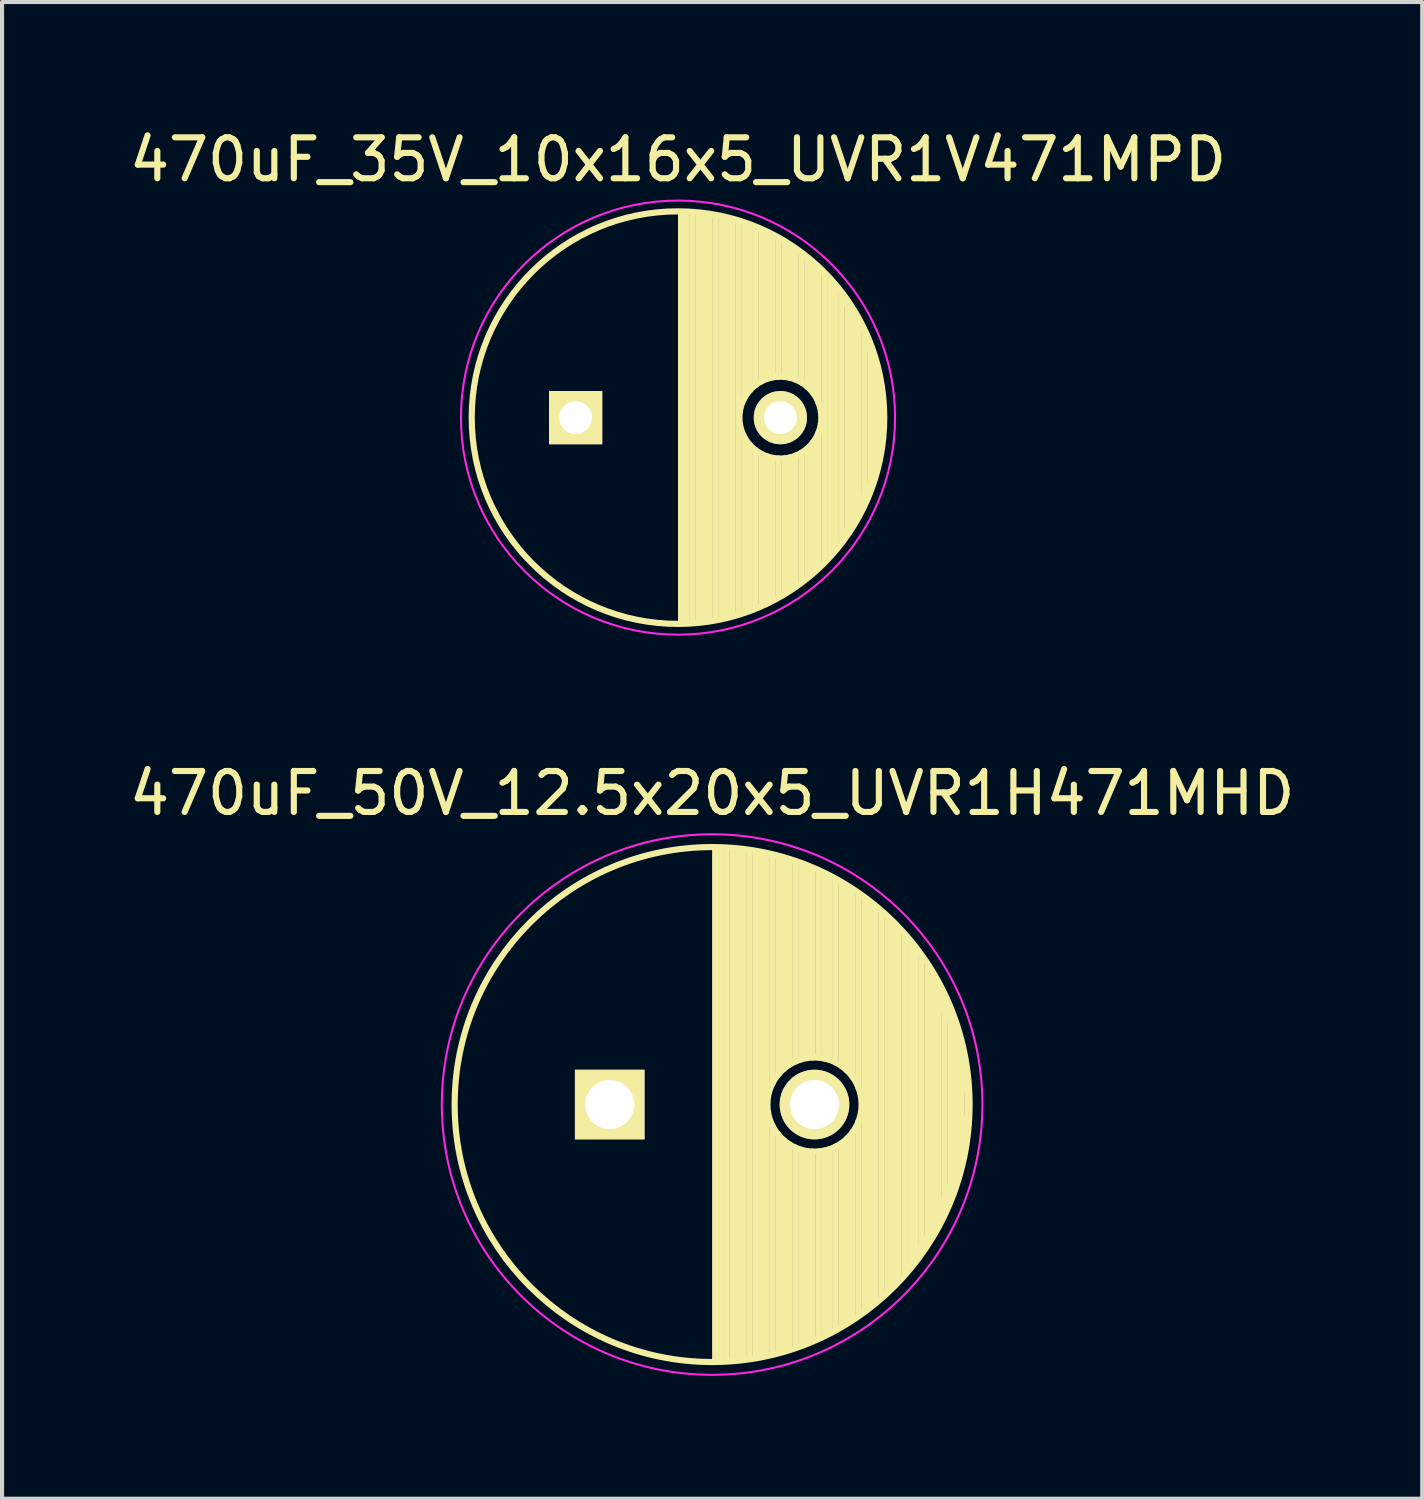
<source format=kicad_pcb>
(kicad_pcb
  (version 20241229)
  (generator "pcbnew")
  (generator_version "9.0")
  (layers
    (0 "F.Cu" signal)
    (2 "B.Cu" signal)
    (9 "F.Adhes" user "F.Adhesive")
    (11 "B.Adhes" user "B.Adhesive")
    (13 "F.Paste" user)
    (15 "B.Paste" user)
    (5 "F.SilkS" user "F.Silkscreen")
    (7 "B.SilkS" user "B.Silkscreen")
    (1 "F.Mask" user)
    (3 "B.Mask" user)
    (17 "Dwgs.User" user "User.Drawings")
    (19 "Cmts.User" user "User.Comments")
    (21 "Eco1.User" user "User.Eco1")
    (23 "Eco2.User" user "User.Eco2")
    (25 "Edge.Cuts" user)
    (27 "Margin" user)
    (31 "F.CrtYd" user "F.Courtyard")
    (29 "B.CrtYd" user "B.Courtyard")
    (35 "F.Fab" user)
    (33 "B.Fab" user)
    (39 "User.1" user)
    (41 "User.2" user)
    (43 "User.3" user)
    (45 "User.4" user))
  (footprint "470uF_50V_12.5x20x5_UVR1H471MHD"
    (layer "F.Cu")
    (at 11.839 23.922)
    (property "Reference" "470uF_50V_12.5x20x5_UVR1H471MHD" (at 2.5 -7.6 0) (layer "F.SilkS") (effects (font (size 1 1) (thickness 0.15))))
    (attr through_hole)
    (fp_line (start 2.575 -6.25) (end 2.575 6.25) (stroke (width 0.15) (type solid)) (layer "F.SilkS"))
    (fp_line (start 2.715 -6.246) (end 2.715 6.246) (stroke (width 0.15) (type solid)) (layer "F.SilkS"))
    (fp_line (start 2.855 -6.24) (end 2.855 6.24) (stroke (width 0.15) (type solid)) (layer "F.SilkS"))
    (fp_line (start 2.995 -6.23) (end 2.995 6.23) (stroke (width 0.15) (type solid)) (layer "F.SilkS"))
    (fp_line (start 3.135 -6.218) (end 3.135 6.218) (stroke (width 0.15) (type solid)) (layer "F.SilkS"))
    (fp_line (start 3.275 -6.202) (end 3.275 6.202) (stroke (width 0.15) (type solid)) (layer "F.SilkS"))
    (fp_line (start 3.415 -6.183) (end 3.415 6.183) (stroke (width 0.15) (type solid)) (layer "F.SilkS"))
    (fp_line (start 3.555 -6.16) (end 3.555 6.16) (stroke (width 0.15) (type solid)) (layer "F.SilkS"))
    (fp_line (start 3.695 -6.135) (end 3.695 6.135) (stroke (width 0.15) (type solid)) (layer "F.SilkS"))
    (fp_line (start 3.835 -6.106) (end 3.835 6.106) (stroke (width 0.15) (type solid)) (layer "F.SilkS"))
    (fp_line (start 3.975 -6.073) (end 3.975 -0.521) (stroke (width 0.15) (type solid)) (layer "F.SilkS"))
    (fp_line (start 3.975 0.521) (end 3.975 6.073) (stroke (width 0.15) (type solid)) (layer "F.SilkS"))
    (fp_line (start 4.115 -6.038) (end 4.115 -0.734) (stroke (width 0.15) (type solid)) (layer "F.SilkS"))
    (fp_line (start 4.115 0.734) (end 4.115 6.038) (stroke (width 0.15) (type solid)) (layer "F.SilkS"))
    (fp_line (start 4.255 -5.999) (end 4.255 -0.876) (stroke (width 0.15) (type solid)) (layer "F.SilkS"))
    (fp_line (start 4.255 0.876) (end 4.255 5.999) (stroke (width 0.15) (type solid)) (layer "F.SilkS"))
    (fp_line (start 4.395 -5.956) (end 4.395 -0.978) (stroke (width 0.15) (type solid)) (layer "F.SilkS"))
    (fp_line (start 4.395 0.978) (end 4.395 5.956) (stroke (width 0.15) (type solid)) (layer "F.SilkS"))
    (fp_line (start 4.535 -5.909) (end 4.535 -1.052) (stroke (width 0.15) (type solid)) (layer "F.SilkS"))
    (fp_line (start 4.535 1.052) (end 4.535 5.909) (stroke (width 0.15) (type solid)) (layer "F.SilkS"))
    (fp_line (start 4.675 -5.859) (end 4.675 -1.103) (stroke (width 0.15) (type solid)) (layer "F.SilkS"))
    (fp_line (start 4.675 1.103) (end 4.675 5.859) (stroke (width 0.15) (type solid)) (layer "F.SilkS"))
    (fp_line (start 4.815 -5.805) (end 4.815 -1.135) (stroke (width 0.15) (type solid)) (layer "F.SilkS"))
    (fp_line (start 4.815 1.135) (end 4.815 5.805) (stroke (width 0.15) (type solid)) (layer "F.SilkS"))
    (fp_line (start 4.955 -5.748) (end 4.955 -1.149) (stroke (width 0.15) (type solid)) (layer "F.SilkS"))
    (fp_line (start 4.955 1.149) (end 4.955 5.748) (stroke (width 0.15) (type solid)) (layer "F.SilkS"))
    (fp_line (start 5.095 -5.686) (end 5.095 -1.146) (stroke (width 0.15) (type solid)) (layer "F.SilkS"))
    (fp_line (start 5.095 1.146) (end 5.095 5.686) (stroke (width 0.15) (type solid)) (layer "F.SilkS"))
    (fp_line (start 5.235 -5.62) (end 5.235 -1.126) (stroke (width 0.15) (type solid)) (layer "F.SilkS"))
    (fp_line (start 5.235 1.126) (end 5.235 5.62) (stroke (width 0.15) (type solid)) (layer "F.SilkS"))
    (fp_line (start 5.375 -5.549) (end 5.375 -1.087) (stroke (width 0.15) (type solid)) (layer "F.SilkS"))
    (fp_line (start 5.375 1.087) (end 5.375 5.549) (stroke (width 0.15) (type solid)) (layer "F.SilkS"))
    (fp_line (start 5.515 -5.475) (end 5.515 -1.028) (stroke (width 0.15) (type solid)) (layer "F.SilkS"))
    (fp_line (start 5.515 1.028) (end 5.515 5.475) (stroke (width 0.15) (type solid)) (layer "F.SilkS"))
    (fp_line (start 5.655 -5.395) (end 5.655 -0.945) (stroke (width 0.15) (type solid)) (layer "F.SilkS"))
    (fp_line (start 5.655 0.945) (end 5.655 5.395) (stroke (width 0.15) (type solid)) (layer "F.SilkS"))
    (fp_line (start 5.795 -5.311) (end 5.795 -0.831) (stroke (width 0.15) (type solid)) (layer "F.SilkS"))
    (fp_line (start 5.795 0.831) (end 5.795 5.311) (stroke (width 0.15) (type solid)) (layer "F.SilkS"))
    (fp_line (start 5.935 -5.221) (end 5.935 -0.67) (stroke (width 0.15) (type solid)) (layer "F.SilkS"))
    (fp_line (start 5.935 0.67) (end 5.935 5.221) (stroke (width 0.15) (type solid)) (layer "F.SilkS"))
    (fp_line (start 6.075 -5.127) (end 6.075 -0.409) (stroke (width 0.15) (type solid)) (layer "F.SilkS"))
    (fp_line (start 6.075 0.409) (end 6.075 5.127) (stroke (width 0.15) (type solid)) (layer "F.SilkS"))
    (fp_line (start 6.215 -5.026) (end 6.215 5.026) (stroke (width 0.15) (type solid)) (layer "F.SilkS"))
    (fp_line (start 6.355 -4.919) (end 6.355 4.919) (stroke (width 0.15) (type solid)) (layer "F.SilkS"))
    (fp_line (start 6.495 -4.807) (end 6.495 4.807) (stroke (width 0.15) (type solid)) (layer "F.SilkS"))
    (fp_line (start 6.635 -4.687) (end 6.635 4.687) (stroke (width 0.15) (type solid)) (layer "F.SilkS"))
    (fp_line (start 6.775 -4.559) (end 6.775 4.559) (stroke (width 0.15) (type solid)) (layer "F.SilkS"))
    (fp_line (start 6.915 -4.424) (end 6.915 4.424) (stroke (width 0.15) (type solid)) (layer "F.SilkS"))
    (fp_line (start 7 -4.25) (end 7 4.25) (stroke (width 0.15) (type solid)) (layer "F.SilkS"))
    (fp_line (start 7.055 -4.28) (end 7.055 4.28) (stroke (width 0.15) (type solid)) (layer "F.SilkS"))
    (fp_line (start 7.195 -4.125) (end 7.195 4.125) (stroke (width 0.15) (type solid)) (layer "F.SilkS"))
    (fp_line (start 7.335 -3.96) (end 7.335 3.96) (stroke (width 0.15) (type solid)) (layer "F.SilkS"))
    (fp_line (start 7.475 -3.783) (end 7.475 3.783) (stroke (width 0.15) (type solid)) (layer "F.SilkS"))
    (fp_line (start 7.5 -3.75) (end 7.25 -4) (stroke (width 0.15) (type solid)) (layer "F.SilkS"))
    (fp_line (start 7.5 3.5) (end 7.25 4) (stroke (width 0.15) (type solid)) (layer "F.SilkS"))
    (fp_line (start 7.615 -3.592) (end 7.615 3.592) (stroke (width 0.15) (type solid)) (layer "F.SilkS"))
    (fp_line (start 7.75 3.25) (end 7.5 3.75) (stroke (width 0.15) (type solid)) (layer "F.SilkS"))
    (fp_line (start 7.755 -3.383) (end 7.755 3.383) (stroke (width 0.15) (type solid)) (layer "F.SilkS"))
    (fp_line (start 7.895 -3.155) (end 7.895 3.155) (stroke (width 0.15) (type solid)) (layer "F.SilkS"))
    (fp_line (start 8.035 -2.903) (end 8.035 2.903) (stroke (width 0.15) (type solid)) (layer "F.SilkS"))
    (fp_line (start 8.175 -2.619) (end 8.175 2.619) (stroke (width 0.15) (type solid)) (layer "F.SilkS"))
    (fp_line (start 8.25 -2.25) (end 8 -3) (stroke (width 0.15) (type solid)) (layer "F.SilkS"))
    (fp_line (start 8.25 2) (end 8 3) (stroke (width 0.15) (type solid)) (layer "F.SilkS"))
    (fp_line (start 8.25 2.25) (end 7.75 3.25) (stroke (width 0.15) (type solid)) (layer "F.SilkS"))
    (fp_line (start 8.315 -2.291) (end 8.315 2.291) (stroke (width 0.15) (type solid)) (layer "F.SilkS"))
    (fp_line (start 8.455 -1.897) (end 8.455 1.897) (stroke (width 0.15) (type solid)) (layer "F.SilkS"))
    (fp_line (start 8.5 -1.75) (end 8 -2.5) (stroke (width 0.15) (type solid)) (layer "F.SilkS"))
    (fp_line (start 8.5 -1.5) (end 8.75 -0.25) (stroke (width 0.15) (type solid)) (layer "F.SilkS"))
    (fp_line (start 8.5 1.75) (end 8.25 2.25) (stroke (width 0.15) (type solid)) (layer "F.SilkS"))
    (fp_line (start 8.595 -1.383) (end 8.595 1.383) (stroke (width 0.15) (type solid)) (layer "F.SilkS"))
    (fp_line (start 8.735 -0.433) (end 8.735 0.433) (stroke (width 0.15) (type solid)) (layer "F.SilkS"))
    (fp_line (start 8.75 0.25) (end 8.5 0.75) (stroke (width 0.15) (type solid)) (layer "F.SilkS"))
    (fp_line (start 8.75 0.5) (end 8.5 1.5) (stroke (width 0.15) (type solid)) (layer "F.SilkS"))
    (fp_circle (center 2.5 0) (end 2.5 -6.287) (stroke (width 0.15) (type solid)) (fill no) (layer "F.SilkS"))
    (fp_circle (center 5 0) (end 5 -1.15) (stroke (width 0.15) (type solid)) (fill no) (layer "F.SilkS"))
    (fp_circle (center 2.5 0) (end 2.5 -6.6) (stroke (width 0.05) (type solid)) (fill no) (layer "F.CrtYd"))
    (pad "1" thru_hole rect (at 0 0) (size 1.7 1.7) (drill 1.2) (layers "*.Cu" "*.Mask" "F.SilkS"))
    (pad "2" thru_hole circle (at 5 0) (size 1.7 1.7) (drill 1.2) (layers "*.Cu" "*.Mask" "F.SilkS")))
  (footprint "470uF_35V_10x16x5_UVR1V471MPD"
    (layer "F.Cu")
    (at 13.506 7.148)
    (property "Reference" "470uF_35V_10x16x5_UVR1V471MPD" (at 0 -6.3 0) (layer "F.SilkS") (effects (font (size 1 1) (thickness 0.15))))
    (attr through_hole)
    (fp_line (start 0.075 -4.999) (end 0.075 4.999) (stroke (width 0.15) (type solid)) (layer "F.SilkS"))
    (fp_line (start 0.215 -4.995) (end 0.215 4.995) (stroke (width 0.15) (type solid)) (layer "F.SilkS"))
    (fp_line (start 0.355 -4.987) (end 0.355 4.987) (stroke (width 0.15) (type solid)) (layer "F.SilkS"))
    (fp_line (start 0.495 -4.975) (end 0.495 4.975) (stroke (width 0.15) (type solid)) (layer "F.SilkS"))
    (fp_line (start 0.635 -4.96) (end 0.635 4.96) (stroke (width 0.15) (type solid)) (layer "F.SilkS"))
    (fp_line (start 0.775 -4.94) (end 0.775 4.94) (stroke (width 0.15) (type solid)) (layer "F.SilkS"))
    (fp_line (start 0.915 -4.916) (end 0.915 4.916) (stroke (width 0.15) (type solid)) (layer "F.SilkS"))
    (fp_line (start 1.055 -4.887) (end 1.055 4.887) (stroke (width 0.15) (type solid)) (layer "F.SilkS"))
    (fp_line (start 1.195 -4.855) (end 1.195 4.855) (stroke (width 0.15) (type solid)) (layer "F.SilkS"))
    (fp_line (start 1.335 -4.818) (end 1.335 4.818) (stroke (width 0.15) (type solid)) (layer "F.SilkS"))
    (fp_line (start 1.475 -4.777) (end 1.475 4.777) (stroke (width 0.15) (type solid)) (layer "F.SilkS"))
    (fp_line (start 1.615 -4.732) (end 1.615 -0.466) (stroke (width 0.15) (type solid)) (layer "F.SilkS"))
    (fp_line (start 1.615 0.466) (end 1.615 4.732) (stroke (width 0.15) (type solid)) (layer "F.SilkS"))
    (fp_line (start 1.755 -4.682) (end 1.755 -0.667) (stroke (width 0.15) (type solid)) (layer "F.SilkS"))
    (fp_line (start 1.755 0.667) (end 1.755 4.682) (stroke (width 0.15) (type solid)) (layer "F.SilkS"))
    (fp_line (start 1.895 -4.627) (end 1.895 -0.796) (stroke (width 0.15) (type solid)) (layer "F.SilkS"))
    (fp_line (start 1.895 0.796) (end 1.895 4.627) (stroke (width 0.15) (type solid)) (layer "F.SilkS"))
    (fp_line (start 2.035 -4.567) (end 2.035 -0.885) (stroke (width 0.15) (type solid)) (layer "F.SilkS"))
    (fp_line (start 2.035 0.885) (end 2.035 4.567) (stroke (width 0.15) (type solid)) (layer "F.SilkS"))
    (fp_line (start 2.175 -4.502) (end 2.175 -0.946) (stroke (width 0.15) (type solid)) (layer "F.SilkS"))
    (fp_line (start 2.175 0.946) (end 2.175 4.502) (stroke (width 0.15) (type solid)) (layer "F.SilkS"))
    (fp_line (start 2.315 -4.432) (end 2.315 -0.983) (stroke (width 0.15) (type solid)) (layer "F.SilkS"))
    (fp_line (start 2.315 0.983) (end 2.315 4.432) (stroke (width 0.15) (type solid)) (layer "F.SilkS"))
    (fp_line (start 2.455 -4.356) (end 2.455 -0.999) (stroke (width 0.15) (type solid)) (layer "F.SilkS"))
    (fp_line (start 2.455 0.999) (end 2.455 4.356) (stroke (width 0.15) (type solid)) (layer "F.SilkS"))
    (fp_line (start 2.595 -4.274) (end 2.595 -0.995) (stroke (width 0.15) (type solid)) (layer "F.SilkS"))
    (fp_line (start 2.595 0.995) (end 2.595 4.274) (stroke (width 0.15) (type solid)) (layer "F.SilkS"))
    (fp_line (start 2.735 -4.186) (end 2.735 -0.972) (stroke (width 0.15) (type solid)) (layer "F.SilkS"))
    (fp_line (start 2.735 0.972) (end 2.735 4.186) (stroke (width 0.15) (type solid)) (layer "F.SilkS"))
    (fp_line (start 2.875 -4.091) (end 2.875 -0.927) (stroke (width 0.15) (type solid)) (layer "F.SilkS"))
    (fp_line (start 2.875 0.927) (end 2.875 4.091) (stroke (width 0.15) (type solid)) (layer "F.SilkS"))
    (fp_line (start 3.015 -3.989) (end 3.015 -0.857) (stroke (width 0.15) (type solid)) (layer "F.SilkS"))
    (fp_line (start 3.015 0.857) (end 3.015 3.989) (stroke (width 0.15) (type solid)) (layer "F.SilkS"))
    (fp_line (start 3.155 -3.879) (end 3.155 -0.756) (stroke (width 0.15) (type solid)) (layer "F.SilkS"))
    (fp_line (start 3.155 0.756) (end 3.155 3.879) (stroke (width 0.15) (type solid)) (layer "F.SilkS"))
    (fp_line (start 3.295 -3.761) (end 3.295 -0.607) (stroke (width 0.15) (type solid)) (layer "F.SilkS"))
    (fp_line (start 3.295 0.607) (end 3.295 3.761) (stroke (width 0.15) (type solid)) (layer "F.SilkS"))
    (fp_line (start 3.435 -3.633) (end 3.435 -0.355) (stroke (width 0.15) (type solid)) (layer "F.SilkS"))
    (fp_line (start 3.435 0.355) (end 3.435 3.633) (stroke (width 0.15) (type solid)) (layer "F.SilkS"))
    (fp_line (start 3.575 -3.496) (end 3.575 3.496) (stroke (width 0.15) (type solid)) (layer "F.SilkS"))
    (fp_line (start 3.715 -3.346) (end 3.715 3.346) (stroke (width 0.15) (type solid)) (layer "F.SilkS"))
    (fp_line (start 3.855 -3.184) (end 3.855 3.184) (stroke (width 0.15) (type solid)) (layer "F.SilkS"))
    (fp_line (start 3.995 -3.007) (end 3.995 3.007) (stroke (width 0.15) (type solid)) (layer "F.SilkS"))
    (fp_line (start 4.135 -2.811) (end 4.135 2.811) (stroke (width 0.15) (type solid)) (layer "F.SilkS"))
    (fp_line (start 4.275 -2.593) (end 4.275 2.593) (stroke (width 0.15) (type solid)) (layer "F.SilkS"))
    (fp_line (start 4.415 -2.347) (end 4.415 2.347) (stroke (width 0.15) (type solid)) (layer "F.SilkS"))
    (fp_line (start 4.5 2) (end 4.1 2.8) (stroke (width 0.15) (type solid)) (layer "F.SilkS"))
    (fp_line (start 4.555 -2.062) (end 4.555 2.062) (stroke (width 0.15) (type solid)) (layer "F.SilkS"))
    (fp_line (start 4.6 -2) (end 4.1 -2.8) (stroke (width 0.15) (type solid)) (layer "F.SilkS"))
    (fp_line (start 4.695 -1.72) (end 4.695 1.72) (stroke (width 0.15) (type solid)) (layer "F.SilkS"))
    (fp_line (start 4.7 1.6) (end 4.5 2) (stroke (width 0.15) (type solid)) (layer "F.SilkS"))
    (fp_line (start 4.8 -1.2) (end 4.6 -2) (stroke (width 0.15) (type solid)) (layer "F.SilkS"))
    (fp_line (start 4.8 1.2) (end 4.7 1.6) (stroke (width 0.15) (type solid)) (layer "F.SilkS"))
    (fp_line (start 4.835 -1.274) (end 4.835 1.274) (stroke (width 0.15) (type solid)) (layer "F.SilkS"))
    (fp_line (start 4.9 -0.8) (end 4.9 0.8) (stroke (width 0.15) (type solid)) (layer "F.SilkS"))
    (fp_line (start 4.975 -0.499) (end 4.975 0.499) (stroke (width 0.15) (type solid)) (layer "F.SilkS"))
    (fp_circle (center 0 0) (end 0 -5.037) (stroke (width 0.15) (type solid)) (fill no) (layer "F.SilkS"))
    (fp_circle (center 2.5 0) (end 2.5 -1) (stroke (width 0.15) (type solid)) (fill no) (layer "F.SilkS"))
    (fp_circle (center 0 0) (end 0 -5.3) (stroke (width 0.05) (type solid)) (fill no) (layer "F.CrtYd"))
    (pad "1" thru_hole rect (at -2.5 0) (size 1.3 1.3) (drill 0.8) (layers "*.Cu" "*.Mask" "F.SilkS"))
    (pad "2" thru_hole circle (at 2.5 0) (size 1.3 1.3) (drill 0.8) (layers "*.Cu" "*.Mask" "F.SilkS")))
  (gr_rect
    (start -3 -3)
    (end 31.679 33.547)
    (stroke (width 0.1) (type default))
    (fill no)
    (layer "Edge.Cuts")))
</source>
